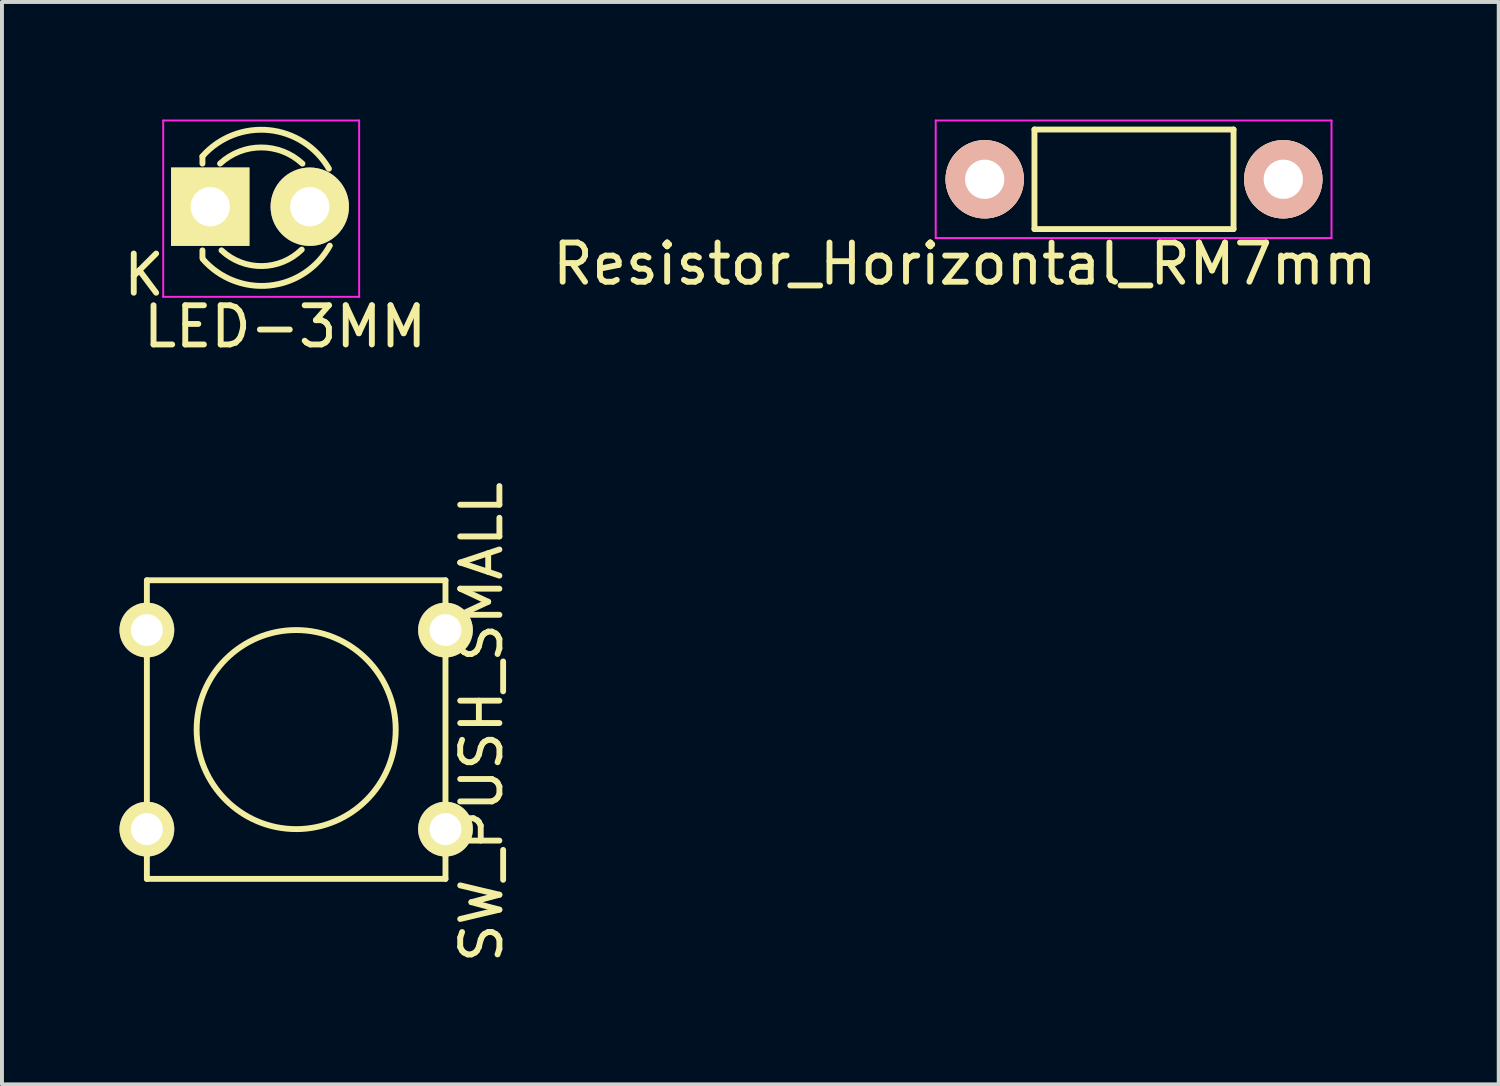
<source format=kicad_pcb>
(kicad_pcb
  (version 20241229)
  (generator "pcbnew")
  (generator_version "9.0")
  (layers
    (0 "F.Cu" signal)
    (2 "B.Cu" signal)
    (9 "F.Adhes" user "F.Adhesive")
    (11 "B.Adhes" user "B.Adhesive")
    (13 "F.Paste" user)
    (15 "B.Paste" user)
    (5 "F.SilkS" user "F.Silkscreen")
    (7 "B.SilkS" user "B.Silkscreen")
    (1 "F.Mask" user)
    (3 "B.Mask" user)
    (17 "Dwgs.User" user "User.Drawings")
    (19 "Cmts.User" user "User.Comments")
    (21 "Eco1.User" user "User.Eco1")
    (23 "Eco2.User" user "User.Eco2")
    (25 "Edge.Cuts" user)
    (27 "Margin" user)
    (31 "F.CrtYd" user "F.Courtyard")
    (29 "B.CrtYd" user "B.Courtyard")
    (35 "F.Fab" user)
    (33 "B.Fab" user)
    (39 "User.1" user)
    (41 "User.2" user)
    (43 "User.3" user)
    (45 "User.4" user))
  (footprint "LED-3MM"
    (layer "F.Cu")
    (at 2.315 2.225)
    (property "Reference" "LED-3MM" (at 1.91 3.06 0) (layer "F.SilkS") (effects (font (size 1 1) (thickness 0.15))))
    (attr through_hole)
    (fp_line (start -0.199 -1.28) (end -0.199 -1.1) (stroke (width 0.15) (type solid)) (layer "F.SilkS"))
    (fp_line (start -0.199 1.314) (end -0.199 1.114) (stroke (width 0.15) (type solid)) (layer "F.SilkS"))
    (fp_arc (start -0.199 -1.286) (mid 1.495903 -1.954571) (end 3.028744 -0.969643) (stroke (width 0.15) (type solid)) (layer "F.SilkS"))
    (fp_arc (start 0.25 -1.1) (mid 1.301686 -1.512142) (end 2.353005 -1.099067) (stroke (width 0.15) (type solid)) (layer "F.SilkS"))
    (fp_arc (start 2.335 1.094) (mid 1.31492 1.51473) (end 0.287111 1.113252) (stroke (width 0.15) (type solid)) (layer "F.SilkS"))
    (fp_arc (start 3.051 0.994) (mid 1.522637 2.009958) (end -0.18622 1.340726) (stroke (width 0.15) (type solid)) (layer "F.SilkS"))
    (fp_line (start -1.2 -2.2) (end -1.2 2.3) (stroke (width 0.05) (type solid)) (layer "F.CrtYd"))
    (fp_line (start -1.2 2.3) (end 3.8 2.3) (stroke (width 0.05) (type solid)) (layer "F.CrtYd"))
    (fp_line (start 3.8 -2.2) (end -1.2 -2.2) (stroke (width 0.05) (type solid)) (layer "F.CrtYd"))
    (fp_line (start 3.8 2.3) (end 3.8 -2.2) (stroke (width 0.05) (type solid)) (layer "F.CrtYd"))
    (fp_text user "K" (at -1.69 1.74 0) (layer "F.SilkS") (effects (font (size 1 1) (thickness 0.15))))
    (pad "1" thru_hole rect (at 0 0 90) (size 2 2) (drill 1.001) (layers "*.Cu" "*.Mask" "F.SilkS"))
    (pad "2" thru_hole circle (at 2.54 0) (size 2 2) (drill 1.001) (layers "*.Cu" "*.Mask" "F.SilkS")))
  (footprint "Resistor_Horizontal_RM7mm"
    (layer "F.Cu")
    (at 22.078 1.525)
    (property "Reference" "Resistor_Horizontal_RM7mm" (at -0.508 2.159 0) (layer "F.SilkS") (effects (font (size 1 1) (thickness 0.15))))
    (attr through_hole)
    (fp_line (start 1.27 -1.27) (end 6.35 -1.27) (stroke (width 0.15) (type solid)) (layer "F.SilkS"))
    (fp_line (start 1.27 1.27) (end 1.27 -1.27) (stroke (width 0.15) (type solid)) (layer "F.SilkS"))
    (fp_line (start 6.35 -1.27) (end 6.35 1.27) (stroke (width 0.15) (type solid)) (layer "F.SilkS"))
    (fp_line (start 6.35 1.27) (end 1.27 1.27) (stroke (width 0.15) (type solid)) (layer "F.SilkS"))
    (fp_line (start -1.25 -1.5) (end 8.85 -1.5) (stroke (width 0.05) (type solid)) (layer "F.CrtYd"))
    (fp_line (start -1.25 1.5) (end -1.25 -1.5) (stroke (width 0.05) (type solid)) (layer "F.CrtYd"))
    (fp_line (start -1.25 1.5) (end 8.85 1.5) (stroke (width 0.05) (type solid)) (layer "F.CrtYd"))
    (fp_line (start 8.85 -1.5) (end 8.85 1.5) (stroke (width 0.05) (type solid)) (layer "F.CrtYd"))
    (pad "1" thru_hole circle (at 0 0) (size 1.999 1.999) (drill 1.001) (layers "*.Cu" "*.SilkS" "*.Mask"))
    (pad "2" thru_hole circle (at 7.62 0) (size 1.999 1.999) (drill 1.001) (layers "*.Cu" "*.SilkS" "*.Mask")))
  (footprint "SW_PUSH_SMALL"
    (layer "F.Cu")
    (at 4.508 15.568)
    (property "Reference" "SW_PUSH_SMALL" (at 4.731 -0.191 90) (layer "F.SilkS") (effects (font (size 1 1) (thickness 0.15))))
    (attr through_hole)
    (fp_line (start -3.81 -3.81) (end -3.81 3.81) (stroke (width 0.15) (type solid)) (layer "F.SilkS"))
    (fp_line (start -3.81 -3.81) (end 3.81 -3.81) (stroke (width 0.15) (type solid)) (layer "F.SilkS"))
    (fp_line (start 3.81 -3.81) (end 3.81 3.81) (stroke (width 0.15) (type solid)) (layer "F.SilkS"))
    (fp_line (start 3.81 3.81) (end -3.81 3.81) (stroke (width 0.15) (type solid)) (layer "F.SilkS"))
    (fp_circle (center 0 0) (end 0 -2.54) (stroke (width 0.15) (type solid)) (fill no) (layer "F.SilkS"))
    (pad "1" thru_hole circle (at -3.81 -2.54) (size 1.397 1.397) (drill 0.813) (layers "*.Cu" "*.Mask" "F.SilkS"))
    (pad "1" thru_hole circle (at 3.81 -2.54) (size 1.397 1.397) (drill 0.813) (layers "*.Cu" "*.Mask" "F.SilkS"))
    (pad "2" thru_hole circle (at -3.81 2.54) (size 1.397 1.397) (drill 0.813) (layers "*.Cu" "*.Mask" "F.SilkS"))
    (pad "2" thru_hole circle (at 3.81 2.54) (size 1.397 1.397) (drill 0.813) (layers "*.Cu" "*.Mask" "F.SilkS")))
  (gr_rect
    (start -3 -3)
    (end 35.195 24.621)
    (stroke (width 0.1) (type default))
    (fill no)
    (layer "Edge.Cuts")))
</source>
